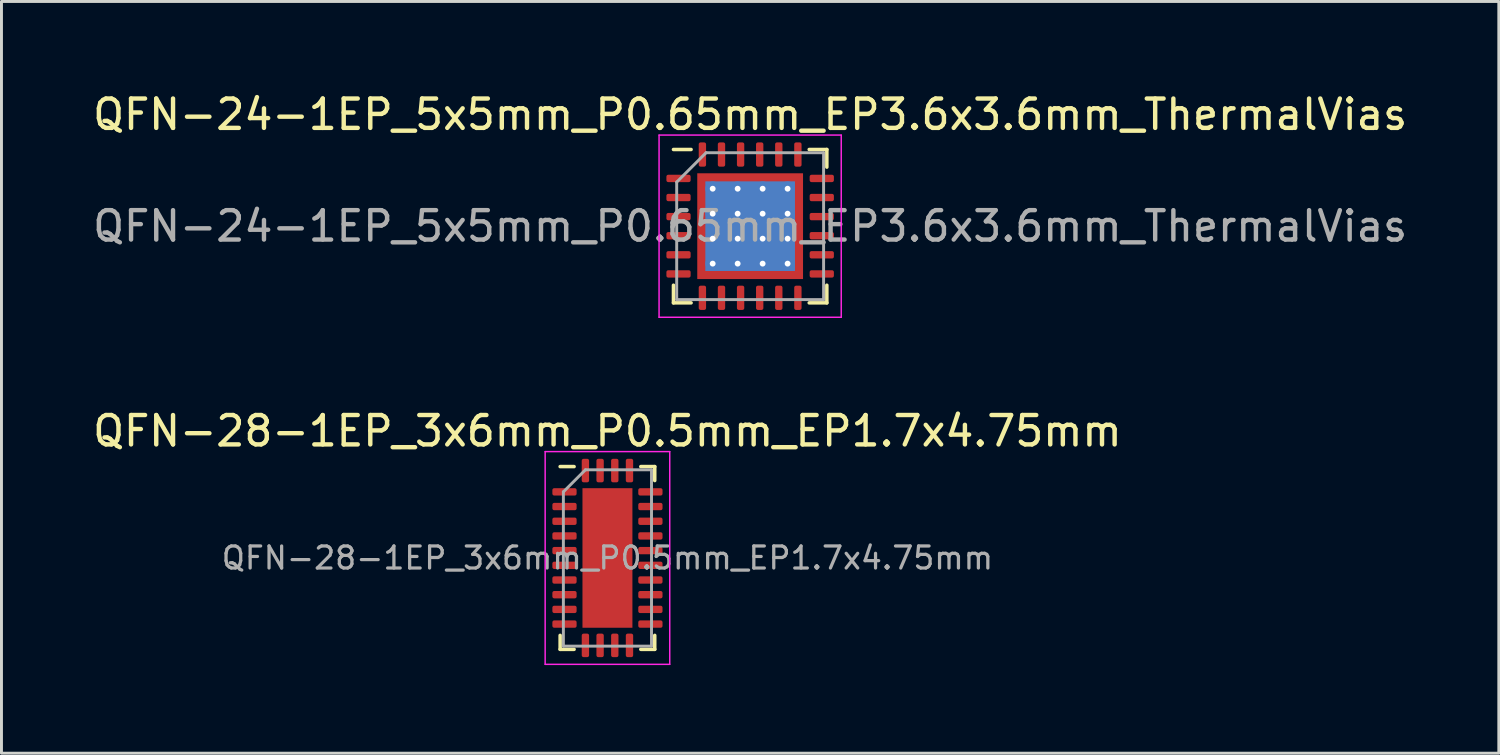
<source format=kicad_pcb>
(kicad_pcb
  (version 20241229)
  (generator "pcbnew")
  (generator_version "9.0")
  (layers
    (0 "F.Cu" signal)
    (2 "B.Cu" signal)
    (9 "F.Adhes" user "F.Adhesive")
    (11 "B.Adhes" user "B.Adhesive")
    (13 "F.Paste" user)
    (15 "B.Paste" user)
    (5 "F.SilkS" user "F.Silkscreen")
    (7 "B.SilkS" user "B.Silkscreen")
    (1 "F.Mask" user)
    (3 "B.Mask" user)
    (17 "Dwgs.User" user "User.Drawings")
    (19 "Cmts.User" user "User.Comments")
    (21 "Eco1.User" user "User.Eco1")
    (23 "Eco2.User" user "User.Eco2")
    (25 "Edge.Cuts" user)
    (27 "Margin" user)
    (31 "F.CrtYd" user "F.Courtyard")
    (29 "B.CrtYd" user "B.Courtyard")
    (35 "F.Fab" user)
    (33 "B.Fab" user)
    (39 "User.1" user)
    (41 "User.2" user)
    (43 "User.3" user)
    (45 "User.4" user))
  (footprint "QFN-28-1EP_3x6mm_P0.5mm_EP1.7x4.75mm"
    (layer "F.Cu")
    (at 17.625 15.941)
    (property "Reference" "QFN-28-1EP_3x6mm_P0.5mm_EP1.7x4.75mm" (at 0 -4.32 0) (layer "F.SilkS") (effects (font (size 1 1) (thickness 0.15))))
    (attr smd)
    (fp_line (start -1.61 3.11) (end -1.61 2.635) (stroke (width 0.12) (type solid)) (layer "F.SilkS"))
    (fp_line (start -1.135 -3.11) (end -1.61 -3.11) (stroke (width 0.12) (type solid)) (layer "F.SilkS"))
    (fp_line (start -1.135 3.11) (end -1.61 3.11) (stroke (width 0.12) (type solid)) (layer "F.SilkS"))
    (fp_line (start 1.135 -3.11) (end 1.61 -3.11) (stroke (width 0.12) (type solid)) (layer "F.SilkS"))
    (fp_line (start 1.135 3.11) (end 1.61 3.11) (stroke (width 0.12) (type solid)) (layer "F.SilkS"))
    (fp_line (start 1.61 -3.11) (end 1.61 -2.635) (stroke (width 0.12) (type solid)) (layer "F.SilkS"))
    (fp_line (start 1.61 3.11) (end 1.61 2.635) (stroke (width 0.12) (type solid)) (layer "F.SilkS"))
    (fp_line (start -2.12 -3.62) (end -2.12 3.62) (stroke (width 0.05) (type solid)) (layer "F.CrtYd"))
    (fp_line (start -2.12 3.62) (end 2.12 3.62) (stroke (width 0.05) (type solid)) (layer "F.CrtYd"))
    (fp_line (start 2.12 -3.62) (end -2.12 -3.62) (stroke (width 0.05) (type solid)) (layer "F.CrtYd"))
    (fp_line (start 2.12 3.62) (end 2.12 -3.62) (stroke (width 0.05) (type solid)) (layer "F.CrtYd"))
    (fp_line (start -1.5 -2.25) (end -0.75 -3) (stroke (width 0.1) (type solid)) (layer "F.Fab"))
    (fp_line (start -1.5 3) (end -1.5 -2.25) (stroke (width 0.1) (type solid)) (layer "F.Fab"))
    (fp_line (start -0.75 -3) (end 1.5 -3) (stroke (width 0.1) (type solid)) (layer "F.Fab"))
    (fp_line (start 1.5 -3) (end 1.5 3) (stroke (width 0.1) (type solid)) (layer "F.Fab"))
    (fp_line (start 1.5 3) (end -1.5 3) (stroke (width 0.1) (type solid)) (layer "F.Fab"))
    (fp_text user "${REFERENCE}" (at 0 0 0) (layer "F.Fab") (effects (font (size 0.75 0.75) (thickness 0.11))))
    (pad "" smd roundrect (at -0.425 -1.785) (size 0.69 0.96) (layers "F.Paste") (roundrect_rratio 0.25))
    (pad "" smd roundrect (at -0.425 -0.595) (size 0.69 0.96) (layers "F.Paste") (roundrect_rratio 0.25))
    (pad "" smd roundrect (at -0.425 0.595) (size 0.69 0.96) (layers "F.Paste") (roundrect_rratio 0.25))
    (pad "" smd roundrect (at -0.425 1.785) (size 0.69 0.96) (layers "F.Paste") (roundrect_rratio 0.25))
    (pad "" smd roundrect (at 0.425 -1.785) (size 0.69 0.96) (layers "F.Paste") (roundrect_rratio 0.25))
    (pad "" smd roundrect (at 0.425 -0.595) (size 0.69 0.96) (layers "F.Paste") (roundrect_rratio 0.25))
    (pad "" smd roundrect (at 0.425 0.595) (size 0.69 0.96) (layers "F.Paste") (roundrect_rratio 0.25))
    (pad "" smd roundrect (at 0.425 1.785) (size 0.69 0.96) (layers "F.Paste") (roundrect_rratio 0.25))
    (pad "1" smd roundrect (at -1.462 -2.25) (size 0.825 0.25) (layers "F.Cu" "F.Mask" "F.Paste") (roundrect_rratio 0.25))
    (pad "2" smd roundrect (at -1.462 -1.75) (size 0.825 0.25) (layers "F.Cu" "F.Mask" "F.Paste") (roundrect_rratio 0.25))
    (pad "3" smd roundrect (at -1.462 -1.25) (size 0.825 0.25) (layers "F.Cu" "F.Mask" "F.Paste") (roundrect_rratio 0.25))
    (pad "4" smd roundrect (at -1.462 -0.75) (size 0.825 0.25) (layers "F.Cu" "F.Mask" "F.Paste") (roundrect_rratio 0.25))
    (pad "5" smd roundrect (at -1.462 -0.25) (size 0.825 0.25) (layers "F.Cu" "F.Mask" "F.Paste") (roundrect_rratio 0.25))
    (pad "6" smd roundrect (at -1.462 0.25) (size 0.825 0.25) (layers "F.Cu" "F.Mask" "F.Paste") (roundrect_rratio 0.25))
    (pad "7" smd roundrect (at -1.462 0.75) (size 0.825 0.25) (layers "F.Cu" "F.Mask" "F.Paste") (roundrect_rratio 0.25))
    (pad "8" smd roundrect (at -1.462 1.25) (size 0.825 0.25) (layers "F.Cu" "F.Mask" "F.Paste") (roundrect_rratio 0.25))
    (pad "9" smd roundrect (at -1.462 1.75) (size 0.825 0.25) (layers "F.Cu" "F.Mask" "F.Paste") (roundrect_rratio 0.25))
    (pad "10" smd roundrect (at -1.462 2.25) (size 0.825 0.25) (layers "F.Cu" "F.Mask" "F.Paste") (roundrect_rratio 0.25))
    (pad "11" smd roundrect (at -0.75 2.975) (size 0.25 0.8) (layers "F.Cu" "F.Mask" "F.Paste") (roundrect_rratio 0.25))
    (pad "12" smd roundrect (at -0.25 2.975) (size 0.25 0.8) (layers "F.Cu" "F.Mask" "F.Paste") (roundrect_rratio 0.25))
    (pad "13" smd roundrect (at 0.25 2.975) (size 0.25 0.8) (layers "F.Cu" "F.Mask" "F.Paste") (roundrect_rratio 0.25))
    (pad "14" smd roundrect (at 0.75 2.975) (size 0.25 0.8) (layers "F.Cu" "F.Mask" "F.Paste") (roundrect_rratio 0.25))
    (pad "15" smd roundrect (at 1.462 2.25) (size 0.825 0.25) (layers "F.Cu" "F.Mask" "F.Paste") (roundrect_rratio 0.25))
    (pad "16" smd roundrect (at 1.462 1.75) (size 0.825 0.25) (layers "F.Cu" "F.Mask" "F.Paste") (roundrect_rratio 0.25))
    (pad "17" smd roundrect (at 1.462 1.25) (size 0.825 0.25) (layers "F.Cu" "F.Mask" "F.Paste") (roundrect_rratio 0.25))
    (pad "18" smd roundrect (at 1.462 0.75) (size 0.825 0.25) (layers "F.Cu" "F.Mask" "F.Paste") (roundrect_rratio 0.25))
    (pad "19" smd roundrect (at 1.462 0.25) (size 0.825 0.25) (layers "F.Cu" "F.Mask" "F.Paste") (roundrect_rratio 0.25))
    (pad "20" smd roundrect (at 1.462 -0.25) (size 0.825 0.25) (layers "F.Cu" "F.Mask" "F.Paste") (roundrect_rratio 0.25))
    (pad "21" smd roundrect (at 1.462 -0.75) (size 0.825 0.25) (layers "F.Cu" "F.Mask" "F.Paste") (roundrect_rratio 0.25))
    (pad "22" smd roundrect (at 1.462 -1.25) (size 0.825 0.25) (layers "F.Cu" "F.Mask" "F.Paste") (roundrect_rratio 0.25))
    (pad "23" smd roundrect (at 1.462 -1.75) (size 0.825 0.25) (layers "F.Cu" "F.Mask" "F.Paste") (roundrect_rratio 0.25))
    (pad "24" smd roundrect (at 1.462 -2.25) (size 0.825 0.25) (layers "F.Cu" "F.Mask" "F.Paste") (roundrect_rratio 0.25))
    (pad "25" smd roundrect (at 0.75 -2.975) (size 0.25 0.8) (layers "F.Cu" "F.Mask" "F.Paste") (roundrect_rratio 0.25))
    (pad "26" smd roundrect (at 0.25 -2.975) (size 0.25 0.8) (layers "F.Cu" "F.Mask" "F.Paste") (roundrect_rratio 0.25))
    (pad "27" smd roundrect (at -0.25 -2.975) (size 0.25 0.8) (layers "F.Cu" "F.Mask" "F.Paste") (roundrect_rratio 0.25))
    (pad "28" smd roundrect (at -0.75 -2.975) (size 0.25 0.8) (layers "F.Cu" "F.Mask" "F.Paste") (roundrect_rratio 0.25))
    (pad "29" smd rect (at 0 0) (size 1.7 4.75) (layers "F.Cu" "F.Mask")))
  (footprint "QFN-24-1EP_5x5mm_P0.65mm_EP3.6x3.6mm_ThermalVias"
    (layer "F.Cu")
    (at 22.482 4.648)
    (property "Reference" "QFN-24-1EP_5x5mm_P0.65mm_EP3.6x3.6mm_ThermalVias" (at 0 -3.8 0) (layer "F.SilkS") (effects (font (size 1 1) (thickness 0.15))))
    (attr smd)
    (fp_line (start -2.61 2.61) (end -2.61 2.01) (stroke (width 0.12) (type solid)) (layer "F.SilkS"))
    (fp_line (start -2.01 -2.61) (end -2.61 -2.61) (stroke (width 0.12) (type solid)) (layer "F.SilkS"))
    (fp_line (start -2.01 2.61) (end -2.61 2.61) (stroke (width 0.12) (type solid)) (layer "F.SilkS"))
    (fp_line (start 2.01 -2.61) (end 2.61 -2.61) (stroke (width 0.12) (type solid)) (layer "F.SilkS"))
    (fp_line (start 2.01 2.61) (end 2.61 2.61) (stroke (width 0.12) (type solid)) (layer "F.SilkS"))
    (fp_line (start 2.61 -2.61) (end 2.61 -2.01) (stroke (width 0.12) (type solid)) (layer "F.SilkS"))
    (fp_line (start 2.61 2.61) (end 2.61 2.01) (stroke (width 0.12) (type solid)) (layer "F.SilkS"))
    (fp_line (start -3.1 -3.1) (end -3.1 3.1) (stroke (width 0.05) (type solid)) (layer "F.CrtYd"))
    (fp_line (start -3.1 3.1) (end 3.1 3.1) (stroke (width 0.05) (type solid)) (layer "F.CrtYd"))
    (fp_line (start 3.1 -3.1) (end -3.1 -3.1) (stroke (width 0.05) (type solid)) (layer "F.CrtYd"))
    (fp_line (start 3.1 3.1) (end 3.1 -3.1) (stroke (width 0.05) (type solid)) (layer "F.CrtYd"))
    (fp_line (start -2.5 -1.5) (end -1.5 -2.5) (stroke (width 0.1) (type solid)) (layer "F.Fab"))
    (fp_line (start -2.5 2.5) (end -2.5 -1.5) (stroke (width 0.1) (type solid)) (layer "F.Fab"))
    (fp_line (start -1.5 -2.5) (end 2.5 -2.5) (stroke (width 0.1) (type solid)) (layer "F.Fab"))
    (fp_line (start 2.5 -2.5) (end 2.5 2.5) (stroke (width 0.1) (type solid)) (layer "F.Fab"))
    (fp_line (start 2.5 2.5) (end -2.5 2.5) (stroke (width 0.1) (type solid)) (layer "F.Fab"))
    (fp_text user "${REFERENCE}" (at 0 0 0) (layer "F.Fab") (effects (font (size 1 1) (thickness 0.15))))
    (pad "" smd custom (at -1.538 -1.538) (size 0.295 0.295) (layers "F.Paste") (options (anchor circle)) (primitives (gr_poly (pts (xy -0.106 -0.106) (xy 0.106 -0.106) (xy 0.106 -0.013) (xy -0.013 0.106) (xy -0.106 0.106)) (width 0.212) (fill yes))))
    (pad "" smd custom (at -1.538 -0.85) (size 0.317 0.317) (layers "F.Paste") (options (anchor circle)) (primitives (gr_poly (pts (xy -0.106 -0.237) (xy 0.018 -0.237) (xy 0.106 -0.149) (xy 0.106 0.149) (xy 0.018 0.237) (xy -0.106 0.237)) (width 0.212) (fill yes))))
    (pad "" smd custom (at -1.538 0) (size 0.317 0.317) (layers "F.Paste") (options (anchor circle)) (primitives (gr_poly (pts (xy -0.106 -0.237) (xy 0.018 -0.237) (xy 0.106 -0.149) (xy 0.106 0.149) (xy 0.018 0.237) (xy -0.106 0.237)) (width 0.212) (fill yes))))
    (pad "" smd custom (at -1.538 0.85) (size 0.317 0.317) (layers "F.Paste") (options (anchor circle)) (primitives (gr_poly (pts (xy -0.106 -0.237) (xy 0.018 -0.237) (xy 0.106 -0.149) (xy 0.106 0.149) (xy 0.018 0.237) (xy -0.106 0.237)) (width 0.212) (fill yes))))
    (pad "" smd custom (at -1.538 1.538) (size 0.295 0.295) (layers "F.Paste") (options (anchor circle)) (primitives (gr_poly (pts (xy -0.106 -0.106) (xy -0.013 -0.106) (xy 0.106 0.013) (xy 0.106 0.106) (xy -0.106 0.106)) (width 0.212) (fill yes))))
    (pad "" smd custom (at -0.85 -1.538) (size 0.317 0.317) (layers "F.Paste") (options (anchor circle)) (primitives (gr_poly (pts (xy -0.237 -0.106) (xy 0.237 -0.106) (xy 0.237 0.018) (xy 0.149 0.106) (xy -0.149 0.106) (xy -0.237 0.018)) (width 0.212) (fill yes))))
    (pad "" smd custom (at -0.85 -0.85) (size 0.602 0.602) (layers "F.Paste") (options (anchor circle)) (primitives (gr_poly (pts (xy -0.259 -0.19) (xy -0.19 -0.259) (xy 0.19 -0.259) (xy 0.259 -0.19) (xy 0.259 0.19) (xy 0.19 0.259) (xy -0.19 0.259) (xy -0.259 0.19)) (width 0.167) (fill yes))))
    (pad "" smd custom (at -0.85 0) (size 0.602 0.602) (layers "F.Paste") (options (anchor circle)) (primitives (gr_poly (pts (xy -0.259 -0.19) (xy -0.19 -0.259) (xy 0.19 -0.259) (xy 0.259 -0.19) (xy 0.259 0.19) (xy 0.19 0.259) (xy -0.19 0.259) (xy -0.259 0.19)) (width 0.167) (fill yes))))
    (pad "" smd custom (at -0.85 0.85) (size 0.602 0.602) (layers "F.Paste") (options (anchor circle)) (primitives (gr_poly (pts (xy -0.259 -0.19) (xy -0.19 -0.259) (xy 0.19 -0.259) (xy 0.259 -0.19) (xy 0.259 0.19) (xy 0.19 0.259) (xy -0.19 0.259) (xy -0.259 0.19)) (width 0.167) (fill yes))))
    (pad "" smd custom (at -0.85 1.538) (size 0.317 0.317) (layers "F.Paste") (options (anchor circle)) (primitives (gr_poly (pts (xy -0.237 -0.018) (xy -0.149 -0.106) (xy 0.149 -0.106) (xy 0.237 -0.018) (xy 0.237 0.106) (xy -0.237 0.106)) (width 0.212) (fill yes))))
    (pad "" smd custom (at 0 -1.538) (size 0.317 0.317) (layers "F.Paste") (options (anchor circle)) (primitives (gr_poly (pts (xy -0.237 -0.106) (xy 0.237 -0.106) (xy 0.237 0.018) (xy 0.149 0.106) (xy -0.149 0.106) (xy -0.237 0.018)) (width 0.212) (fill yes))))
    (pad "" smd custom (at 0 -0.85) (size 0.602 0.602) (layers "F.Paste") (options (anchor circle)) (primitives (gr_poly (pts (xy -0.259 -0.19) (xy -0.19 -0.259) (xy 0.19 -0.259) (xy 0.259 -0.19) (xy 0.259 0.19) (xy 0.19 0.259) (xy -0.19 0.259) (xy -0.259 0.19)) (width 0.167) (fill yes))))
    (pad "" smd custom (at 0 0) (size 0.602 0.602) (layers "F.Paste") (options (anchor circle)) (primitives (gr_poly (pts (xy -0.259 -0.19) (xy -0.19 -0.259) (xy 0.19 -0.259) (xy 0.259 -0.19) (xy 0.259 0.19) (xy 0.19 0.259) (xy -0.19 0.259) (xy -0.259 0.19)) (width 0.167) (fill yes))))
    (pad "" smd custom (at 0 0.85) (size 0.602 0.602) (layers "F.Paste") (options (anchor circle)) (primitives (gr_poly (pts (xy -0.259 -0.19) (xy -0.19 -0.259) (xy 0.19 -0.259) (xy 0.259 -0.19) (xy 0.259 0.19) (xy 0.19 0.259) (xy -0.19 0.259) (xy -0.259 0.19)) (width 0.167) (fill yes))))
    (pad "" smd custom (at 0 1.538) (size 0.317 0.317) (layers "F.Paste") (options (anchor circle)) (primitives (gr_poly (pts (xy -0.237 -0.018) (xy -0.149 -0.106) (xy 0.149 -0.106) (xy 0.237 -0.018) (xy 0.237 0.106) (xy -0.237 0.106)) (width 0.212) (fill yes))))
    (pad "" smd custom (at 0.85 -1.538) (size 0.317 0.317) (layers "F.Paste") (options (anchor circle)) (primitives (gr_poly (pts (xy -0.237 -0.106) (xy 0.237 -0.106) (xy 0.237 0.018) (xy 0.149 0.106) (xy -0.149 0.106) (xy -0.237 0.018)) (width 0.212) (fill yes))))
    (pad "" smd custom (at 0.85 -0.85) (size 0.602 0.602) (layers "F.Paste") (options (anchor circle)) (primitives (gr_poly (pts (xy -0.259 -0.19) (xy -0.19 -0.259) (xy 0.19 -0.259) (xy 0.259 -0.19) (xy 0.259 0.19) (xy 0.19 0.259) (xy -0.19 0.259) (xy -0.259 0.19)) (width 0.167) (fill yes))))
    (pad "" smd custom (at 0.85 0) (size 0.602 0.602) (layers "F.Paste") (options (anchor circle)) (primitives (gr_poly (pts (xy -0.259 -0.19) (xy -0.19 -0.259) (xy 0.19 -0.259) (xy 0.259 -0.19) (xy 0.259 0.19) (xy 0.19 0.259) (xy -0.19 0.259) (xy -0.259 0.19)) (width 0.167) (fill yes))))
    (pad "" smd custom (at 0.85 0.85) (size 0.602 0.602) (layers "F.Paste") (options (anchor circle)) (primitives (gr_poly (pts (xy -0.259 -0.19) (xy -0.19 -0.259) (xy 0.19 -0.259) (xy 0.259 -0.19) (xy 0.259 0.19) (xy 0.19 0.259) (xy -0.19 0.259) (xy -0.259 0.19)) (width 0.167) (fill yes))))
    (pad "" smd custom (at 0.85 1.538) (size 0.317 0.317) (layers "F.Paste") (options (anchor circle)) (primitives (gr_poly (pts (xy -0.237 -0.018) (xy -0.149 -0.106) (xy 0.149 -0.106) (xy 0.237 -0.018) (xy 0.237 0.106) (xy -0.237 0.106)) (width 0.212) (fill yes))))
    (pad "" smd custom (at 1.538 -1.538) (size 0.295 0.295) (layers "F.Paste") (options (anchor circle)) (primitives (gr_poly (pts (xy -0.106 -0.106) (xy 0.106 -0.106) (xy 0.106 0.106) (xy 0.013 0.106) (xy -0.106 -0.013)) (width 0.212) (fill yes))))
    (pad "" smd custom (at 1.538 -0.85) (size 0.317 0.317) (layers "F.Paste") (options (anchor circle)) (primitives (gr_poly (pts (xy -0.106 -0.149) (xy -0.018 -0.237) (xy 0.106 -0.237) (xy 0.106 0.237) (xy -0.018 0.237) (xy -0.106 0.149)) (width 0.212) (fill yes))))
    (pad "" smd custom (at 1.538 0) (size 0.317 0.317) (layers "F.Paste") (options (anchor circle)) (primitives (gr_poly (pts (xy -0.106 -0.149) (xy -0.018 -0.237) (xy 0.106 -0.237) (xy 0.106 0.237) (xy -0.018 0.237) (xy -0.106 0.149)) (width 0.212) (fill yes))))
    (pad "" smd custom (at 1.538 0.85) (size 0.317 0.317) (layers "F.Paste") (options (anchor circle)) (primitives (gr_poly (pts (xy -0.106 -0.149) (xy -0.018 -0.237) (xy 0.106 -0.237) (xy 0.106 0.237) (xy -0.018 0.237) (xy -0.106 0.149)) (width 0.212) (fill yes))))
    (pad "" smd custom (at 1.538 1.538) (size 0.295 0.295) (layers "F.Paste") (options (anchor circle)) (primitives (gr_poly (pts (xy -0.106 0.013) (xy 0.013 -0.106) (xy 0.106 -0.106) (xy 0.106 0.106) (xy -0.106 0.106)) (width 0.212) (fill yes))))
    (pad "1" smd roundrect (at -2.438 -1.625) (size 0.825 0.25) (layers "F.Cu" "F.Mask" "F.Paste") (roundrect_rratio 0.25))
    (pad "2" smd roundrect (at -2.438 -0.975) (size 0.825 0.25) (layers "F.Cu" "F.Mask" "F.Paste") (roundrect_rratio 0.25))
    (pad "3" smd roundrect (at -2.438 -0.325) (size 0.825 0.25) (layers "F.Cu" "F.Mask" "F.Paste") (roundrect_rratio 0.25))
    (pad "4" smd roundrect (at -2.438 0.325) (size 0.825 0.25) (layers "F.Cu" "F.Mask" "F.Paste") (roundrect_rratio 0.25))
    (pad "5" smd roundrect (at -2.438 0.975) (size 0.825 0.25) (layers "F.Cu" "F.Mask" "F.Paste") (roundrect_rratio 0.25))
    (pad "6" smd roundrect (at -2.438 1.625) (size 0.825 0.25) (layers "F.Cu" "F.Mask" "F.Paste") (roundrect_rratio 0.25))
    (pad "7" smd roundrect (at -1.625 2.438) (size 0.25 0.825) (layers "F.Cu" "F.Mask" "F.Paste") (roundrect_rratio 0.25))
    (pad "8" smd roundrect (at -0.975 2.438) (size 0.25 0.825) (layers "F.Cu" "F.Mask" "F.Paste") (roundrect_rratio 0.25))
    (pad "9" smd roundrect (at -0.325 2.438) (size 0.25 0.825) (layers "F.Cu" "F.Mask" "F.Paste") (roundrect_rratio 0.25))
    (pad "10" smd roundrect (at 0.325 2.438) (size 0.25 0.825) (layers "F.Cu" "F.Mask" "F.Paste") (roundrect_rratio 0.25))
    (pad "11" smd roundrect (at 0.975 2.438) (size 0.25 0.825) (layers "F.Cu" "F.Mask" "F.Paste") (roundrect_rratio 0.25))
    (pad "12" smd roundrect (at 1.625 2.438) (size 0.25 0.825) (layers "F.Cu" "F.Mask" "F.Paste") (roundrect_rratio 0.25))
    (pad "13" smd roundrect (at 2.438 1.625) (size 0.825 0.25) (layers "F.Cu" "F.Mask" "F.Paste") (roundrect_rratio 0.25))
    (pad "14" smd roundrect (at 2.438 0.975) (size 0.825 0.25) (layers "F.Cu" "F.Mask" "F.Paste") (roundrect_rratio 0.25))
    (pad "15" smd roundrect (at 2.438 0.325) (size 0.825 0.25) (layers "F.Cu" "F.Mask" "F.Paste") (roundrect_rratio 0.25))
    (pad "16" smd roundrect (at 2.438 -0.325) (size 0.825 0.25) (layers "F.Cu" "F.Mask" "F.Paste") (roundrect_rratio 0.25))
    (pad "17" smd roundrect (at 2.438 -0.975) (size 0.825 0.25) (layers "F.Cu" "F.Mask" "F.Paste") (roundrect_rratio 0.25))
    (pad "18" smd roundrect (at 2.438 -1.625) (size 0.825 0.25) (layers "F.Cu" "F.Mask" "F.Paste") (roundrect_rratio 0.25))
    (pad "19" smd roundrect (at 1.625 -2.438) (size 0.25 0.825) (layers "F.Cu" "F.Mask" "F.Paste") (roundrect_rratio 0.25))
    (pad "20" smd roundrect (at 0.975 -2.438) (size 0.25 0.825) (layers "F.Cu" "F.Mask" "F.Paste") (roundrect_rratio 0.25))
    (pad "21" smd roundrect (at 0.325 -2.438) (size 0.25 0.825) (layers "F.Cu" "F.Mask" "F.Paste") (roundrect_rratio 0.25))
    (pad "22" smd roundrect (at -0.325 -2.438) (size 0.25 0.825) (layers "F.Cu" "F.Mask" "F.Paste") (roundrect_rratio 0.25))
    (pad "23" smd roundrect (at -0.975 -2.438) (size 0.25 0.825) (layers "F.Cu" "F.Mask" "F.Paste") (roundrect_rratio 0.25))
    (pad "24" smd roundrect (at -1.625 -2.438) (size 0.25 0.825) (layers "F.Cu" "F.Mask" "F.Paste") (roundrect_rratio 0.25))
    (pad "25" thru_hole circle (at -1.275 -1.275) (size 0.5 0.5) (drill 0.2) (layers "*.Cu"))
    (pad "25" thru_hole circle (at -1.275 -0.425) (size 0.5 0.5) (drill 0.2) (layers "*.Cu"))
    (pad "25" thru_hole circle (at -1.275 0.425) (size 0.5 0.5) (drill 0.2) (layers "*.Cu"))
    (pad "25" thru_hole circle (at -1.275 1.275) (size 0.5 0.5) (drill 0.2) (layers "*.Cu"))
    (pad "25" thru_hole circle (at -0.425 -1.275) (size 0.5 0.5) (drill 0.2) (layers "*.Cu"))
    (pad "25" thru_hole circle (at -0.425 -0.425) (size 0.5 0.5) (drill 0.2) (layers "*.Cu"))
    (pad "25" thru_hole circle (at -0.425 0.425) (size 0.5 0.5) (drill 0.2) (layers "*.Cu"))
    (pad "25" thru_hole circle (at -0.425 1.275) (size 0.5 0.5) (drill 0.2) (layers "*.Cu"))
    (pad "25" smd rect (at 0 0) (size 3.05 3.05) (layers "B.Cu"))
    (pad "25" smd rect (at 0 0) (size 3.6 3.6) (layers "F.Cu" "F.Mask"))
    (pad "25" thru_hole circle (at 0.425 -1.275) (size 0.5 0.5) (drill 0.2) (layers "*.Cu"))
    (pad "25" thru_hole circle (at 0.425 -0.425) (size 0.5 0.5) (drill 0.2) (layers "*.Cu"))
    (pad "25" thru_hole circle (at 0.425 0.425) (size 0.5 0.5) (drill 0.2) (layers "*.Cu"))
    (pad "25" thru_hole circle (at 0.425 1.275) (size 0.5 0.5) (drill 0.2) (layers "*.Cu"))
    (pad "25" thru_hole circle (at 1.275 -1.275) (size 0.5 0.5) (drill 0.2) (layers "*.Cu"))
    (pad "25" thru_hole circle (at 1.275 -0.425) (size 0.5 0.5) (drill 0.2) (layers "*.Cu"))
    (pad "25" thru_hole circle (at 1.275 0.425) (size 0.5 0.5) (drill 0.2) (layers "*.Cu"))
    (pad "25" thru_hole circle (at 1.275 1.275) (size 0.5 0.5) (drill 0.2) (layers "*.Cu")))
  (gr_rect
    (start -3 -3)
    (end 47.964 22.587)
    (stroke (width 0.1) (type default))
    (fill no)
    (layer "Edge.Cuts")))
</source>
